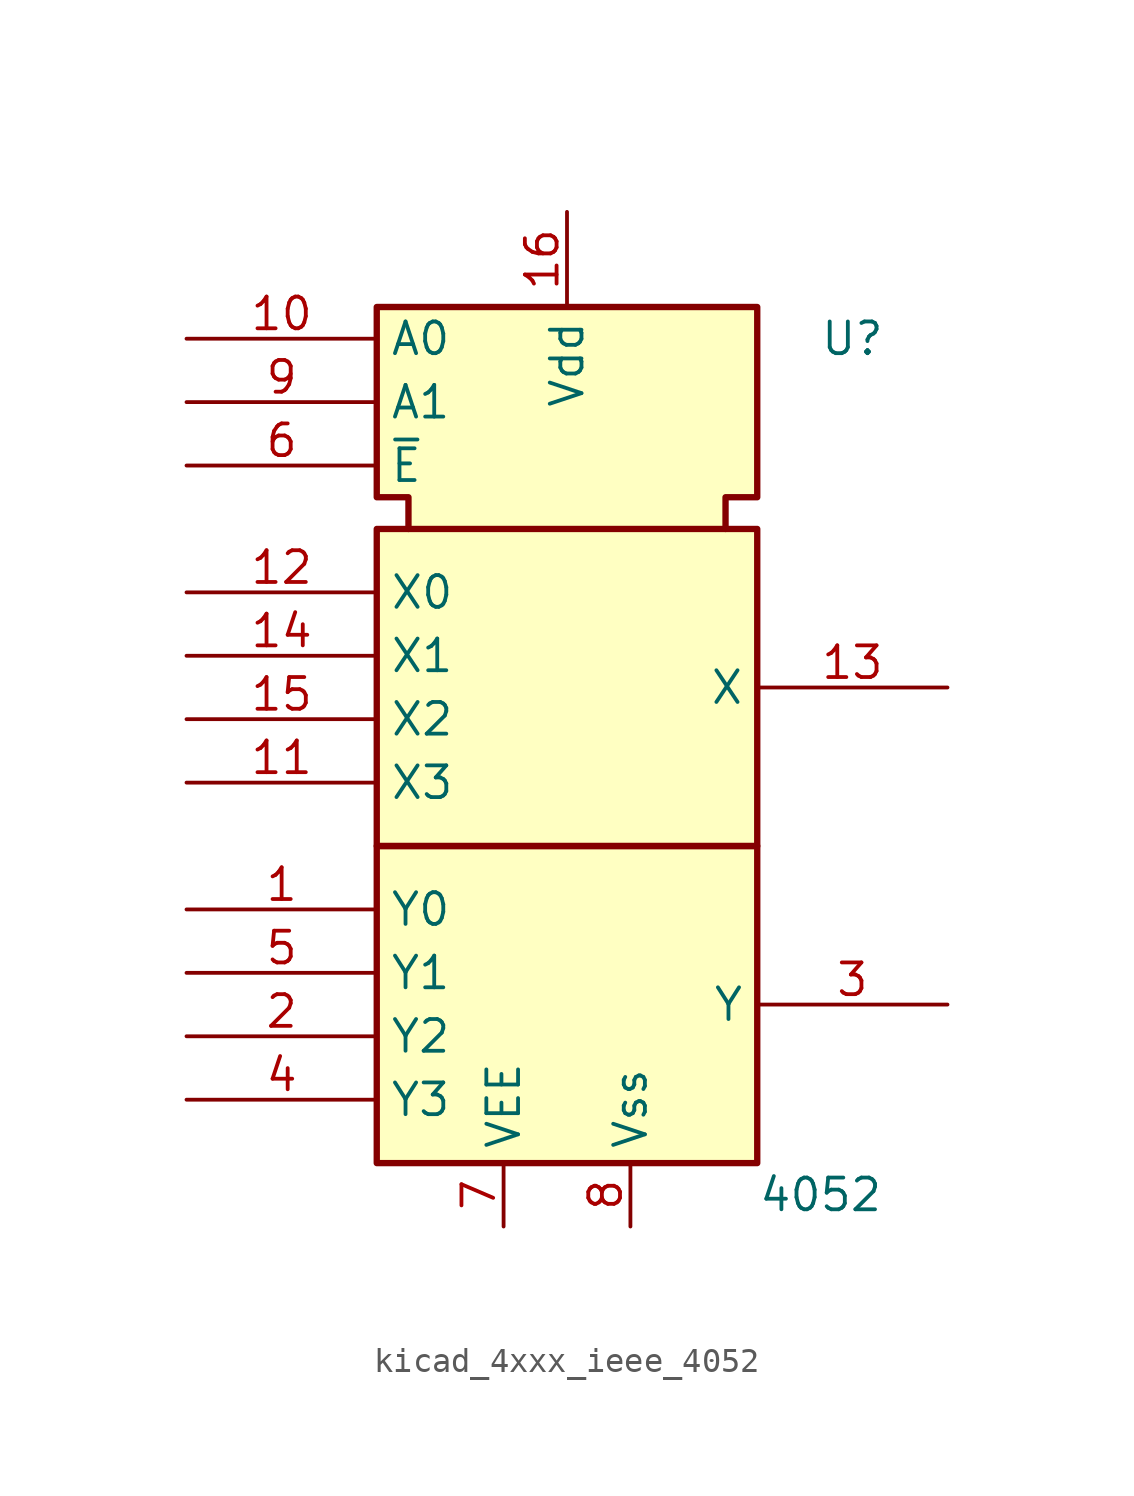
<source format=kicad_sym>
(kicad_symbol_lib
  (version 20220914)
  (generator kicad_symbol_editor)
  (symbol "kicad_4xxx_ieee_4052"
    (property "Reference" "U"
      (at 11.43 15.24 0)
      (effects (font (size 1.27 1.27))))
    (property "Value" "4052"
      (at 10.16 -19.05 0)
      (effects (font (size 1.27 1.27))))
    (symbol "kicad_4xxx_ieee_4052_0_0"
      (pin power_in line (at 0 20.32 270) (length 3.81) (name "Vdd" (effects (font (size 1.27 1.27)))) (number "16" (effects (font (size 1.27 1.27)))))
      (pin power_in line (at 2.54 -20.32 90) (length 2.54) (name "Vss" (effects (font (size 1.27 1.27)))) (number "8" (effects (font (size 1.27 1.27))))))
    (symbol "kicad_4xxx_ieee_4052_0_1"
      (rectangle (start -7.62 -5.08) (end 7.62 -17.78) (stroke (width 0.254) (type default)) (fill (type background)))
      (rectangle (start -7.62 7.62) (end 7.62 -5.08) (stroke (width 0.254) (type default)) (fill (type background)))
      (polyline (pts (xy -6.35 7.62) (xy -6.35 8.89) (xy -7.62 8.89) (xy -7.62 16.51) (xy 7.62 16.51) (xy 7.62 8.89) (xy 6.35 8.89) (xy 6.35 7.62) (xy 6.35 7.62)) (stroke (width 0.254) (type default)) (fill (type background))))
    (symbol "kicad_4xxx_ieee_4052_1_1"
      (pin passive line (at -15.24 -7.62 0) (length 7.62) (name "Y0" (effects (font (size 1.27 1.27)))) (number "1" (effects (font (size 1.27 1.27)))))
      (pin input line (at -15.24 15.24 0) (length 7.62) (name "A0" (effects (font (size 1.27 1.27)))) (number "10" (effects (font (size 1.27 1.27)))))
      (pin passive line (at -15.24 -2.54 0) (length 7.62) (name "X3" (effects (font (size 1.27 1.27)))) (number "11" (effects (font (size 1.27 1.27)))))
      (pin passive line (at -15.24 5.08 0) (length 7.62) (name "X0" (effects (font (size 1.27 1.27)))) (number "12" (effects (font (size 1.27 1.27)))))
      (pin passive line (at 15.24 1.27 180) (length 7.62) (name "X" (effects (font (size 1.27 1.27)))) (number "13" (effects (font (size 1.27 1.27)))))
      (pin passive line (at -15.24 2.54 0) (length 7.62) (name "X1" (effects (font (size 1.27 1.27)))) (number "14" (effects (font (size 1.27 1.27)))))
      (pin passive line (at -15.24 0 0) (length 7.62) (name "X2" (effects (font (size 1.27 1.27)))) (number "15" (effects (font (size 1.27 1.27)))))
      (pin passive line (at -15.24 -12.7 0) (length 7.62) (name "Y2" (effects (font (size 1.27 1.27)))) (number "2" (effects (font (size 1.27 1.27)))))
      (pin passive line (at 15.24 -11.43 180) (length 7.62) (name "Y" (effects (font (size 1.27 1.27)))) (number "3" (effects (font (size 1.27 1.27)))))
      (pin passive line (at -15.24 -15.24 0) (length 7.62) (name "Y3" (effects (font (size 1.27 1.27)))) (number "4" (effects (font (size 1.27 1.27)))))
      (pin passive line (at -15.24 -10.16 0) (length 7.62) (name "Y1" (effects (font (size 1.27 1.27)))) (number "5" (effects (font (size 1.27 1.27)))))
      (pin input line (at -15.24 10.16 0) (length 7.62) (name "~{E}" (effects (font (size 1.27 1.27)))) (number "6" (effects (font (size 1.27 1.27)))))
      (pin power_in line (at -2.54 -20.32 90) (length 2.54) (name "VEE" (effects (font (size 1.27 1.27)))) (number "7" (effects (font (size 1.27 1.27)))))
      (pin input line (at -15.24 12.7 0) (length 7.62) (name "A1" (effects (font (size 1.27 1.27)))) (number "9" (effects (font (size 1.27 1.27))))))))
</source>
